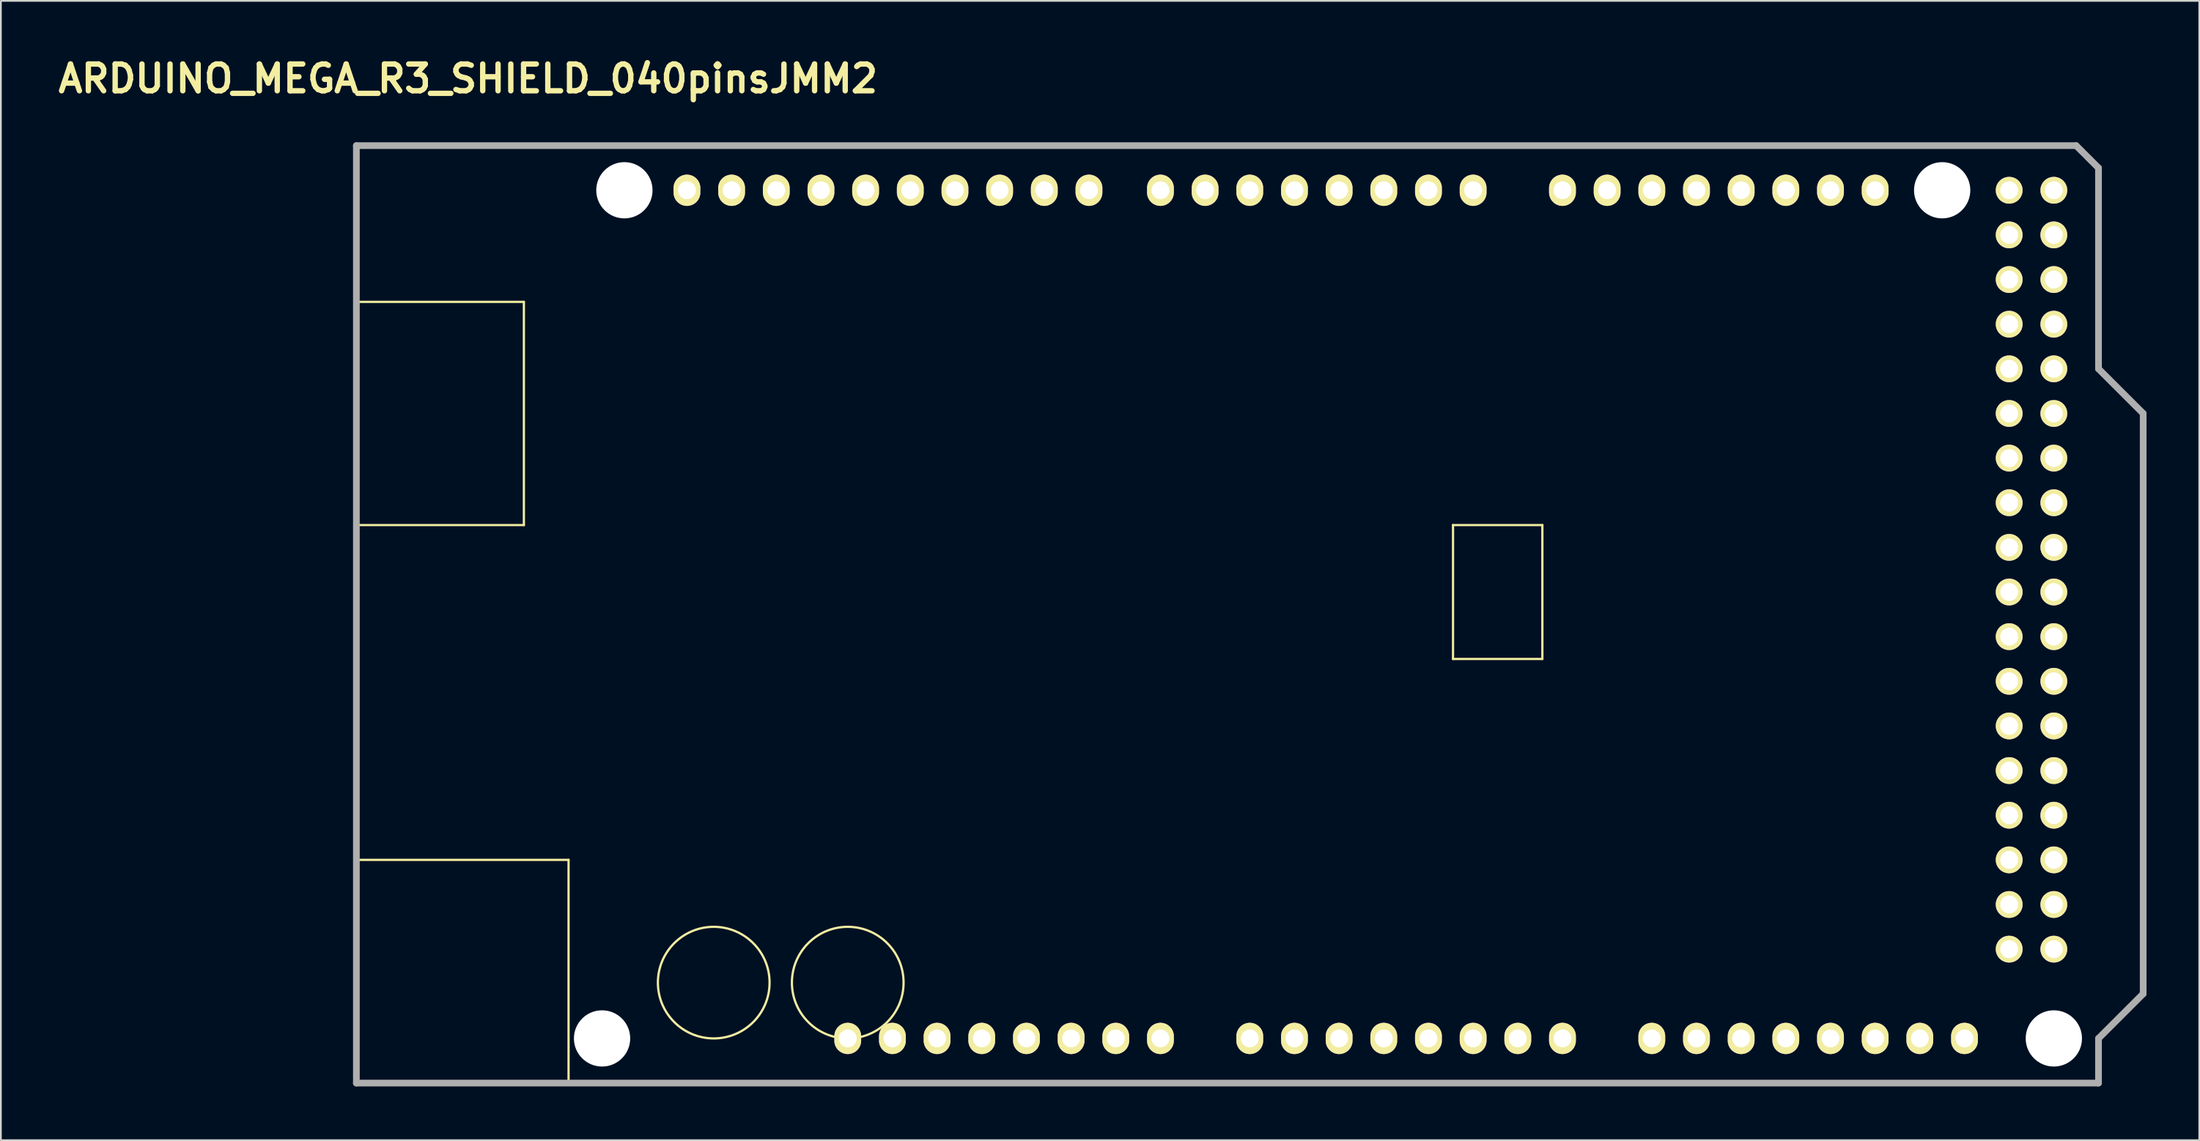
<source format=kicad_pcb>
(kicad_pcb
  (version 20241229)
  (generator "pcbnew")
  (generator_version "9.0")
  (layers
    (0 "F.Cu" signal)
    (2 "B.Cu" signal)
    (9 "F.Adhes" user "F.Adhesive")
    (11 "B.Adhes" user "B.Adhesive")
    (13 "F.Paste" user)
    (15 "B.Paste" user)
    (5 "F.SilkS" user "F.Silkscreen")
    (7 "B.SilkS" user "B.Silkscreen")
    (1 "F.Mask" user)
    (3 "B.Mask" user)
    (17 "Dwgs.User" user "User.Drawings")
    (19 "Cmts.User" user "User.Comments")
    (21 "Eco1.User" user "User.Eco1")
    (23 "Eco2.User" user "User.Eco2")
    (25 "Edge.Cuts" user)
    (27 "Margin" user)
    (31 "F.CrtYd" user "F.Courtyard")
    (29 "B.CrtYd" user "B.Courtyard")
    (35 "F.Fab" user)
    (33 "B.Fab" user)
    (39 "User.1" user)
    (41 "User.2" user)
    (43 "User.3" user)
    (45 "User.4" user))
  (footprint "ARDUINO_MEGA_R3_SHIELD_040pinsJMM2"
    (layer "F.Cu")
    (at 17.214 58.576)
    (property "Reference" "ARDUINO_MEGA_R3_SHIELD_040pinsJMM2" (at 6.35 -57.15 0) (layer "F.SilkS") (effects (font (size 1.524 1.524) (thickness 0.305))))
    (attr through_hole)
    (fp_line (start 0 -44.45) (end 9.525 -44.45) (stroke (width 0.127) (type solid)) (layer "F.SilkS"))
    (fp_line (start 0 -12.7) (end 12.065 -12.7) (stroke (width 0.127) (type solid)) (layer "F.SilkS"))
    (fp_line (start 9.525 -44.45) (end 9.525 -31.75) (stroke (width 0.127) (type solid)) (layer "F.SilkS"))
    (fp_line (start 9.525 -31.75) (end 0 -31.75) (stroke (width 0.127) (type solid)) (layer "F.SilkS"))
    (fp_line (start 12.065 -12.7) (end 12.065 0) (stroke (width 0.127) (type solid)) (layer "F.SilkS"))
    (fp_line (start 62.357 -31.75) (end 62.357 -24.13) (stroke (width 0.127) (type solid)) (layer "F.SilkS"))
    (fp_line (start 62.357 -24.13) (end 67.437 -24.13) (stroke (width 0.127) (type solid)) (layer "F.SilkS"))
    (fp_line (start 67.437 -31.75) (end 62.357 -31.75) (stroke (width 0.127) (type solid)) (layer "F.SilkS"))
    (fp_line (start 67.437 -24.13) (end 67.437 -31.75) (stroke (width 0.127) (type solid)) (layer "F.SilkS"))
    (fp_circle (center 20.32 -5.715) (end 23.495 -5.715) (stroke (width 0.127) (type solid)) (fill no) (layer "F.SilkS"))
    (fp_circle (center 27.94 -5.715) (end 31.115 -5.715) (stroke (width 0.127) (type solid)) (fill no) (layer "F.SilkS"))
    (fp_line (start 0 0) (end 0 -53.34) (stroke (width 0.381) (type solid)) (layer "F.Fab"))
    (fp_line (start 97.79 -53.34) (end 0 -53.34) (stroke (width 0.381) (type solid)) (layer "F.Fab"))
    (fp_line (start 99.06 -52.07) (end 97.79 -53.34) (stroke (width 0.381) (type solid)) (layer "F.Fab"))
    (fp_line (start 99.06 -40.64) (end 99.06 -52.07) (stroke (width 0.381) (type solid)) (layer "F.Fab"))
    (fp_line (start 99.06 -40.64) (end 101.6 -38.1) (stroke (width 0.381) (type solid)) (layer "F.Fab"))
    (fp_line (start 99.06 -2.54) (end 99.06 0) (stroke (width 0.381) (type solid)) (layer "F.Fab"))
    (fp_line (start 99.06 0) (end 0 0) (stroke (width 0.381) (type solid)) (layer "F.Fab"))
    (fp_line (start 101.6 -38.1) (end 101.6 -5.08) (stroke (width 0.381) (type solid)) (layer "F.Fab"))
    (fp_line (start 101.6 -5.08) (end 99.06 -2.54) (stroke (width 0.381) (type solid)) (layer "F.Fab"))
    (pad "" np_thru_hole circle (at 13.97 -2.54 90) (size 3.2 3.2) (drill 3.2) (layers "*.Cu" "*.Mask"))
    (pad "" np_thru_hole circle (at 15.24 -50.8 90) (size 3.2 3.2) (drill 3.2) (layers "*.Cu" "*.Mask"))
    (pad "" np_thru_hole circle (at 90.17 -50.8 90) (size 3.2 3.2) (drill 3.2) (layers "*.Cu" "*.Mask"))
    (pad "" np_thru_hole circle (at 96.52 -2.54 90) (size 3.2 3.2) (drill 3.2) (layers "*.Cu" "*.Mask"))
    (pad "0" thru_hole oval (at 63.5 -50.8) (size 1.524 1.778) (drill 1.016) (layers "*.Cu" "*.Mask" "F.SilkS"))
    (pad "1" thru_hole oval (at 60.96 -50.8) (size 1.524 1.778) (drill 1.016) (layers "*.Cu" "*.Mask" "F.SilkS"))
    (pad "2" thru_hole oval (at 58.42 -50.8) (size 1.524 1.778) (drill 1.016) (layers "*.Cu" "*.Mask" "F.SilkS"))
    (pad "3" thru_hole oval (at 55.88 -50.8) (size 1.524 1.778) (drill 1.016) (layers "*.Cu" "*.Mask" "F.SilkS"))
    (pad "3V3" thru_hole oval (at 35.56 -2.54) (size 1.524 1.778) (drill 1.016) (layers "*.Cu" "*.Mask" "F.SilkS"))
    (pad "4" thru_hole oval (at 53.34 -50.8) (size 1.524 1.778) (drill 1.016) (layers "*.Cu" "*.Mask" "F.SilkS"))
    (pad "5" thru_hole oval (at 50.8 -50.8) (size 1.524 1.778) (drill 1.016) (layers "*.Cu" "*.Mask" "F.SilkS"))
    (pad "5V_1" thru_hole circle (at 93.98 -50.8) (size 1.524 1.524) (drill 1.016) (layers "*.Cu" "*.Mask" "F.SilkS"))
    (pad "5V_2" thru_hole circle (at 96.52 -50.8) (size 1.524 1.524) (drill 1.016) (layers "*.Cu" "*.Mask" "F.SilkS"))
    (pad "5V_3" thru_hole oval (at 38.1 -2.54) (size 1.524 1.778) (drill 1.016) (layers "*.Cu" "*.Mask" "F.SilkS"))
    (pad "6" thru_hole oval (at 48.26 -50.8) (size 1.524 1.778) (drill 1.016) (layers "*.Cu" "*.Mask" "F.SilkS"))
    (pad "7" thru_hole oval (at 45.72 -50.8) (size 1.524 1.778) (drill 1.016) (layers "*.Cu" "*.Mask" "F.SilkS"))
    (pad "8" thru_hole oval (at 41.656 -50.8) (size 1.524 1.778) (drill 1.016) (layers "*.Cu" "*.Mask" "F.SilkS"))
    (pad "9" thru_hole oval (at 39.116 -50.8) (size 1.524 1.778) (drill 1.016) (layers "*.Cu" "*.Mask" "F.SilkS"))
    (pad "10" thru_hole oval (at 36.576 -50.8) (size 1.524 1.778) (drill 1.016) (layers "*.Cu" "*.Mask" "F.SilkS"))
    (pad "11" thru_hole oval (at 34.036 -50.8) (size 1.524 1.778) (drill 1.016) (layers "*.Cu" "*.Mask" "F.SilkS"))
    (pad "12" thru_hole oval (at 31.496 -50.8) (size 1.524 1.778) (drill 1.016) (layers "*.Cu" "*.Mask" "F.SilkS"))
    (pad "13" thru_hole oval (at 28.956 -50.8) (size 1.524 1.778) (drill 1.016) (layers "*.Cu" "*.Mask" "F.SilkS"))
    (pad "14" thru_hole oval (at 68.58 -50.8) (size 1.524 1.778) (drill 1.016) (layers "*.Cu" "*.Mask" "F.SilkS"))
    (pad "15" thru_hole oval (at 71.12 -50.8) (size 1.524 1.778) (drill 1.016) (layers "*.Cu" "*.Mask" "F.SilkS"))
    (pad "16" thru_hole oval (at 73.66 -50.8) (size 1.524 1.778) (drill 1.016) (layers "*.Cu" "*.Mask" "F.SilkS"))
    (pad "17" thru_hole oval (at 76.2 -50.8) (size 1.524 1.778) (drill 1.016) (layers "*.Cu" "*.Mask" "F.SilkS"))
    (pad "18" thru_hole oval (at 78.74 -50.8) (size 1.524 1.778) (drill 1.016) (layers "*.Cu" "*.Mask" "F.SilkS"))
    (pad "19" thru_hole oval (at 81.28 -50.8) (size 1.524 1.778) (drill 1.016) (layers "*.Cu" "*.Mask" "F.SilkS"))
    (pad "20" thru_hole oval (at 83.82 -50.8) (size 1.524 1.778) (drill 1.016) (layers "*.Cu" "*.Mask" "F.SilkS"))
    (pad "21" thru_hole oval (at 86.36 -50.8) (size 1.524 1.778) (drill 1.016) (layers "*.Cu" "*.Mask" "F.SilkS"))
    (pad "22" thru_hole circle (at 93.98 -48.26) (size 1.524 1.524) (drill 1.016) (layers "*.Cu" "*.Mask" "F.SilkS"))
    (pad "23" thru_hole circle (at 96.52 -48.26) (size 1.524 1.524) (drill 1.016) (layers "*.Cu" "*.Mask" "F.SilkS"))
    (pad "24" thru_hole circle (at 93.98 -45.72) (size 1.524 1.524) (drill 1.016) (layers "*.Cu" "*.Mask" "F.SilkS"))
    (pad "25" thru_hole circle (at 96.52 -45.72) (size 1.524 1.524) (drill 1.016) (layers "*.Cu" "*.Mask" "F.SilkS"))
    (pad "26" thru_hole circle (at 93.98 -43.18) (size 1.524 1.524) (drill 1.016) (layers "*.Cu" "*.Mask" "F.SilkS"))
    (pad "27" thru_hole circle (at 96.52 -43.18) (size 1.524 1.524) (drill 1.016) (layers "*.Cu" "*.Mask" "F.SilkS"))
    (pad "28" thru_hole circle (at 93.98 -40.64) (size 1.524 1.524) (drill 1.016) (layers "*.Cu" "*.Mask" "F.SilkS"))
    (pad "29" thru_hole circle (at 96.52 -40.64) (size 1.524 1.524) (drill 1.016) (layers "*.Cu" "*.Mask" "F.SilkS"))
    (pad "30" thru_hole circle (at 93.98 -38.1) (size 1.524 1.524) (drill 1.016) (layers "*.Cu" "*.Mask" "F.SilkS"))
    (pad "31" thru_hole circle (at 96.52 -38.1) (size 1.524 1.524) (drill 1.016) (layers "*.Cu" "*.Mask" "F.SilkS"))
    (pad "32" thru_hole circle (at 93.98 -35.56) (size 1.524 1.524) (drill 1.016) (layers "*.Cu" "*.Mask" "F.SilkS"))
    (pad "33" thru_hole circle (at 96.52 -35.56) (size 1.524 1.524) (drill 1.016) (layers "*.Cu" "*.Mask" "F.SilkS"))
    (pad "34" thru_hole circle (at 93.98 -33.02) (size 1.524 1.524) (drill 1.016) (layers "*.Cu" "*.Mask" "F.SilkS"))
    (pad "35" thru_hole circle (at 96.52 -33.02) (size 1.524 1.524) (drill 1.016) (layers "*.Cu" "*.Mask" "F.SilkS"))
    (pad "36" thru_hole circle (at 93.98 -30.48) (size 1.524 1.524) (drill 1.016) (layers "*.Cu" "*.Mask" "F.SilkS"))
    (pad "37" thru_hole circle (at 96.52 -30.48) (size 1.524 1.524) (drill 1.016) (layers "*.Cu" "*.Mask" "F.SilkS"))
    (pad "38" thru_hole circle (at 93.98 -27.94) (size 1.524 1.524) (drill 1.016) (layers "*.Cu" "*.Mask" "F.SilkS"))
    (pad "39" thru_hole circle (at 96.52 -27.94) (size 1.524 1.524) (drill 1.016) (layers "*.Cu" "*.Mask" "F.SilkS"))
    (pad "40" thru_hole circle (at 93.98 -25.4) (size 1.524 1.524) (drill 1.016) (layers "*.Cu" "*.Mask" "F.SilkS"))
    (pad "41" thru_hole circle (at 96.52 -25.4) (size 1.524 1.524) (drill 1.016) (layers "*.Cu" "*.Mask" "F.SilkS"))
    (pad "42" thru_hole circle (at 93.98 -22.86) (size 1.524 1.524) (drill 1.016) (layers "*.Cu" "*.Mask" "F.SilkS"))
    (pad "43" thru_hole circle (at 96.52 -22.86) (size 1.524 1.524) (drill 1.016) (layers "*.Cu" "*.Mask" "F.SilkS"))
    (pad "44" thru_hole circle (at 93.98 -20.32) (size 1.524 1.524) (drill 1.016) (layers "*.Cu" "*.Mask" "F.SilkS"))
    (pad "45" thru_hole circle (at 96.52 -20.32) (size 1.524 1.524) (drill 1.016) (layers "*.Cu" "*.Mask" "F.SilkS"))
    (pad "46" thru_hole circle (at 93.98 -17.78) (size 1.524 1.524) (drill 1.016) (layers "*.Cu" "*.Mask" "F.SilkS"))
    (pad "47" thru_hole circle (at 96.52 -17.78) (size 1.524 1.524) (drill 1.016) (layers "*.Cu" "*.Mask" "F.SilkS"))
    (pad "48" thru_hole circle (at 93.98 -15.24) (size 1.524 1.524) (drill 1.016) (layers "*.Cu" "*.Mask" "F.SilkS"))
    (pad "49" thru_hole circle (at 96.52 -15.24) (size 1.524 1.524) (drill 1.016) (layers "*.Cu" "*.Mask" "F.SilkS"))
    (pad "50" thru_hole circle (at 93.98 -12.7) (size 1.524 1.524) (drill 1.016) (layers "*.Cu" "*.Mask" "F.SilkS"))
    (pad "51" thru_hole circle (at 96.52 -12.7) (size 1.524 1.524) (drill 1.016) (layers "*.Cu" "*.Mask" "F.SilkS"))
    (pad "52" thru_hole circle (at 93.98 -10.16) (size 1.524 1.524) (drill 1.016) (layers "*.Cu" "*.Mask" "F.SilkS"))
    (pad "53" thru_hole circle (at 96.52 -10.16) (size 1.524 1.524) (drill 1.016) (layers "*.Cu" "*.Mask" "F.SilkS"))
    (pad "A0" thru_hole oval (at 50.8 -2.54) (size 1.524 1.778) (drill 1.016) (layers "*.Cu" "*.Mask" "F.SilkS"))
    (pad "A1" thru_hole oval (at 53.34 -2.54) (size 1.524 1.778) (drill 1.016) (layers "*.Cu" "*.Mask" "F.SilkS"))
    (pad "A2" thru_hole oval (at 55.88 -2.54) (size 1.524 1.778) (drill 1.016) (layers "*.Cu" "*.Mask" "F.SilkS"))
    (pad "A3" thru_hole oval (at 58.42 -2.54) (size 1.524 1.778) (drill 1.016) (layers "*.Cu" "*.Mask" "F.SilkS"))
    (pad "A4" thru_hole oval (at 60.96 -2.54) (size 1.524 1.778) (drill 1.016) (layers "*.Cu" "*.Mask" "F.SilkS"))
    (pad "A5" thru_hole oval (at 63.5 -2.54) (size 1.524 1.778) (drill 1.016) (layers "*.Cu" "*.Mask" "F.SilkS"))
    (pad "A6" thru_hole oval (at 66.04 -2.54) (size 1.524 1.778) (drill 1.016) (layers "*.Cu" "*.Mask" "F.SilkS"))
    (pad "A7" thru_hole oval (at 68.58 -2.54) (size 1.524 1.778) (drill 1.016) (layers "*.Cu" "*.Mask" "F.SilkS"))
    (pad "A8" thru_hole oval (at 73.66 -2.54) (size 1.524 1.778) (drill 1.016) (layers "*.Cu" "*.Mask" "F.SilkS"))
    (pad "A9" thru_hole oval (at 76.2 -2.54) (size 1.524 1.778) (drill 1.016) (layers "*.Cu" "*.Mask" "F.SilkS"))
    (pad "A10" thru_hole oval (at 78.74 -2.54) (size 1.524 1.778) (drill 1.016) (layers "*.Cu" "*.Mask" "F.SilkS"))
    (pad "A11" thru_hole oval (at 81.28 -2.54) (size 1.524 1.778) (drill 1.016) (layers "*.Cu" "*.Mask" "F.SilkS"))
    (pad "A12" thru_hole oval (at 83.82 -2.54) (size 1.524 1.778) (drill 1.016) (layers "*.Cu" "*.Mask" "F.SilkS"))
    (pad "A13" thru_hole oval (at 86.36 -2.54) (size 1.524 1.778) (drill 1.016) (layers "*.Cu" "*.Mask" "F.SilkS"))
    (pad "A14" thru_hole oval (at 88.9 -2.54) (size 1.524 1.778) (drill 1.016) (layers "*.Cu" "*.Mask" "F.SilkS"))
    (pad "A15" thru_hole oval (at 91.44 -2.54) (size 1.524 1.778) (drill 1.016) (layers "*.Cu" "*.Mask" "F.SilkS"))
    (pad "AREF" thru_hole oval (at 23.876 -50.8) (size 1.524 1.778) (drill 1.016) (layers "*.Cu" "*.Mask" "F.SilkS"))
    (pad "DGND" thru_hole circle (at 93.98 -7.62) (size 1.524 1.524) (drill 1.016) (layers "*.Cu" "*.Mask" "F.SilkS"))
    (pad "DGND" thru_hole circle (at 96.52 -7.62) (size 1.524 1.524) (drill 1.016) (layers "*.Cu" "*.Mask" "F.SilkS"))
    (pad "GND1" thru_hole oval (at 26.416 -50.8) (size 1.524 1.778) (drill 1.016) (layers "*.Cu" "*.Mask" "F.SilkS"))
    (pad "GND4" thru_hole oval (at 43.18 -2.54) (size 1.524 1.778) (drill 1.016) (layers "*.Cu" "*.Mask" "F.SilkS"))
    (pad "GND5" thru_hole oval (at 40.64 -2.54) (size 1.524 1.778) (drill 1.016) (layers "*.Cu" "*.Mask" "F.SilkS"))
    (pad "IORF" thru_hole oval (at 30.48 -2.54) (size 1.524 1.778) (drill 1.016) (layers "*.Cu" "*.Mask" "F.SilkS"))
    (pad "NC" thru_hole oval (at 27.94 -2.54) (size 1.524 1.778) (drill 1.016) (layers "*.Cu" "*.Mask" "F.SilkS"))
    (pad "RST" thru_hole oval (at 33.02 -2.54) (size 1.524 1.778) (drill 1.016) (layers "*.Cu" "*.Mask" "F.SilkS"))
    (pad "SCL" thru_hole oval (at 18.796 -50.8) (size 1.524 1.778) (drill 1.016) (layers "*.Cu" "*.Mask" "F.SilkS"))
    (pad "SDA" thru_hole oval (at 21.336 -50.8) (size 1.524 1.778) (drill 1.016) (layers "*.Cu" "*.Mask" "F.SilkS"))
    (pad "VIN" thru_hole oval (at 45.72 -2.54) (size 1.524 1.778) (drill 1.016) (layers "*.Cu" "*.Mask" "F.SilkS")))
  (gr_rect
    (start -3 -3)
    (end 122.004 61.826)
    (stroke (width 0.1) (type default))
    (fill no)
    (layer "Edge.Cuts")))
</source>
